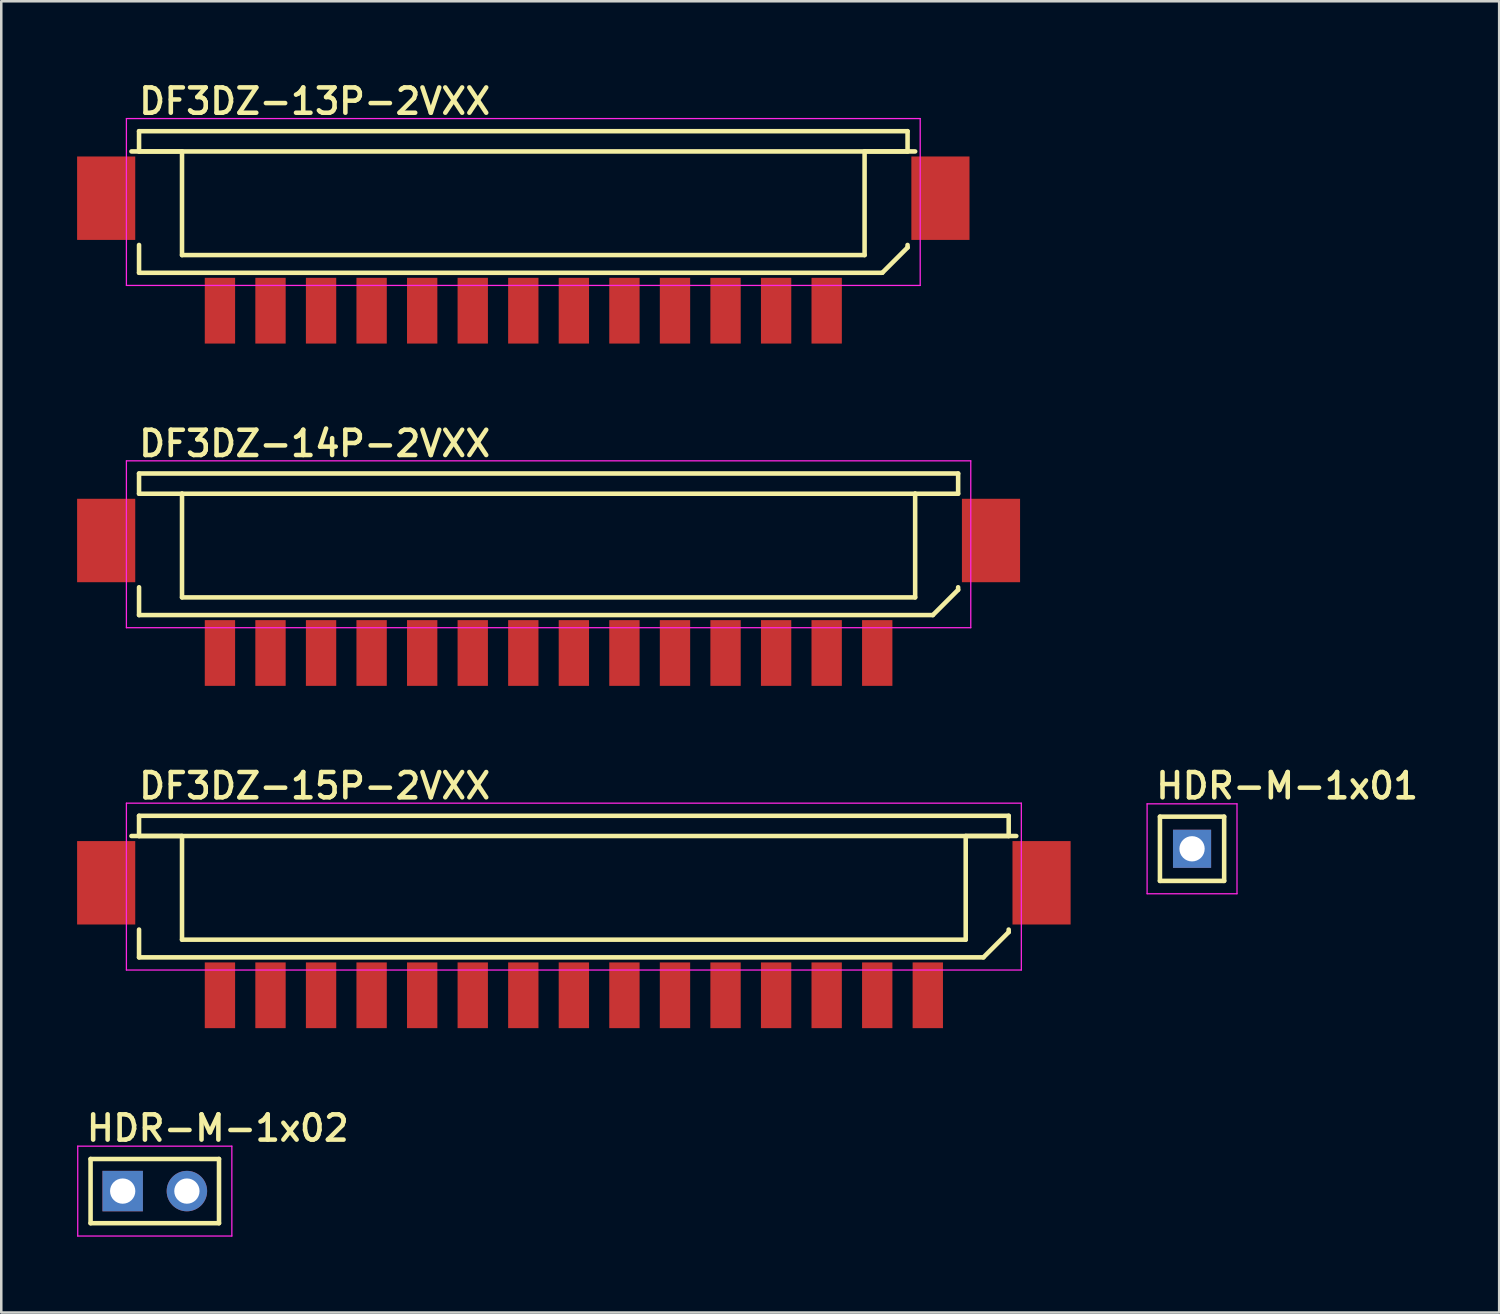
<source format=kicad_pcb>
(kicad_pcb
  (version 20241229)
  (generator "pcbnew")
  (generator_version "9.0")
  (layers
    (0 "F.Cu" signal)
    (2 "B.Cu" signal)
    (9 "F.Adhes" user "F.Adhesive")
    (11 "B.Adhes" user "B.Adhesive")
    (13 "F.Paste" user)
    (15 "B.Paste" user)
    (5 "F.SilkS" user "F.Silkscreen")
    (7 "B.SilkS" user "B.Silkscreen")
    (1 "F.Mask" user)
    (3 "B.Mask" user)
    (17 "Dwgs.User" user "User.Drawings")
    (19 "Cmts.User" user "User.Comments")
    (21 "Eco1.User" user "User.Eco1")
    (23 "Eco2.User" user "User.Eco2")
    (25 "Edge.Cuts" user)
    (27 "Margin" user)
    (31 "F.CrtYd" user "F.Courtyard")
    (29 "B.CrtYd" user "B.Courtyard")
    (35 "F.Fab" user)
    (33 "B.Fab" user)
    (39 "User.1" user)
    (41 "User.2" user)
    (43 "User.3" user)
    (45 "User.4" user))
  (footprint "DF3DZ-14P-2VXX"
    (layer "F.Cu")
    (at 18.65 22.78)
    (property "Reference" "DF3DZ-14P-2VXX" (at -16.3 -7.7 0) (layer "F.SilkS") (effects (font (size 1 1) (thickness 0.18)) (justify left bottom)))
    (attr through_hole)
    (fp_line (start -16.2 -7.1) (end -16.2 -6.3) (stroke (width 0.18) (type solid)) (layer "F.SilkS"))
    (fp_line (start -16.2 -7.1) (end 16.2 -7.1) (stroke (width 0.18) (type solid)) (layer "F.SilkS"))
    (fp_line (start -16.2 -1.5) (end -16.2 -2.6) (stroke (width 0.18) (type solid)) (layer "F.SilkS"))
    (fp_line (start -16.2 -1.5) (end 15.2 -1.5) (stroke (width 0.18) (type solid)) (layer "F.SilkS"))
    (fp_line (start -14.5 -6.3) (end -16.2 -6.3) (stroke (width 0.18) (type solid)) (layer "F.SilkS"))
    (fp_line (start -14.5 -6.3) (end -14.5 -2.2) (stroke (width 0.18) (type solid)) (layer "F.SilkS"))
    (fp_line (start -14.5 -6.3) (end 14.5 -6.3) (stroke (width 0.18) (type solid)) (layer "F.SilkS"))
    (fp_line (start -14.5 -2.2) (end 14.5 -2.2) (stroke (width 0.18) (type solid)) (layer "F.SilkS"))
    (fp_line (start 14.5 -6.3) (end 16.2 -6.3) (stroke (width 0.18) (type solid)) (layer "F.SilkS"))
    (fp_line (start 14.5 -2.2) (end 14.5 -6.3) (stroke (width 0.18) (type solid)) (layer "F.SilkS"))
    (fp_line (start 15.2 -1.5) (end 16.2 -2.5) (stroke (width 0.18) (type solid)) (layer "F.SilkS"))
    (fp_line (start 16.2 -7.1) (end 16.2 -6.3) (stroke (width 0.18) (type solid)) (layer "F.SilkS"))
    (fp_line (start 16.2 -2.5) (end 16.2 -2.6) (stroke (width 0.18) (type solid)) (layer "F.SilkS"))
    (fp_line (start -16.7 -7.6) (end 16.7 -7.6) (stroke (width 0.05) (type solid)) (layer "F.CrtYd"))
    (fp_line (start -16.7 -1) (end -16.7 -7.6) (stroke (width 0.05) (type solid)) (layer "F.CrtYd"))
    (fp_line (start 16.7 -7.6) (end 16.7 -1) (stroke (width 0.05) (type solid)) (layer "F.CrtYd"))
    (fp_line (start 16.7 -1) (end -16.7 -1) (stroke (width 0.05) (type solid)) (layer "F.CrtYd"))
    (pad "1" smd rect (at 13 0) (size 1.2 2.6) (layers "F.Cu" "F.Mask" "F.Paste"))
    (pad "2" smd rect (at 11 0) (size 1.2 2.6) (layers "F.Cu" "F.Mask" "F.Paste"))
    (pad "3" smd rect (at 9 0 180) (size 1.2 2.6) (layers "F.Cu" "F.Mask" "F.Paste"))
    (pad "4" smd rect (at 7 0 180) (size 1.2 2.6) (layers "F.Cu" "F.Mask" "F.Paste"))
    (pad "5" smd rect (at 5 0 180) (size 1.2 2.6) (layers "F.Cu" "F.Mask" "F.Paste"))
    (pad "6" smd rect (at 3 0 180) (size 1.2 2.6) (layers "F.Cu" "F.Mask" "F.Paste"))
    (pad "7" smd rect (at 1 0 180) (size 1.2 2.6) (layers "F.Cu" "F.Mask" "F.Paste"))
    (pad "8" smd rect (at -1 0 180) (size 1.2 2.6) (layers "F.Cu" "F.Mask" "F.Paste"))
    (pad "9" smd rect (at -3 0 180) (size 1.2 2.6) (layers "F.Cu" "F.Mask" "F.Paste"))
    (pad "10" smd rect (at -5 0 180) (size 1.2 2.6) (layers "F.Cu" "F.Mask" "F.Paste"))
    (pad "11" smd rect (at -7 0 180) (size 1.2 2.6) (layers "F.Cu" "F.Mask" "F.Paste"))
    (pad "12" smd rect (at -9 0 180) (size 1.2 2.6) (layers "F.Cu" "F.Mask" "F.Paste"))
    (pad "13" smd rect (at -11 0 180) (size 1.2 2.6) (layers "F.Cu" "F.Mask" "F.Paste"))
    (pad "14" smd rect (at -13 0 180) (size 1.2 2.6) (layers "F.Cu" "F.Mask" "F.Paste"))
    (pad "TAB" smd rect (at -17.5 -4.45) (size 2.3 3.3) (layers "F.Cu" "F.Mask" "F.Paste"))
    (pad "TAB" smd rect (at 17.5 -4.45) (size 2.3 3.3) (layers "F.Cu" "F.Mask" "F.Paste")))
  (footprint "HDR-M-1x01"
    (layer "F.Cu")
    (at 44.103 30.525)
    (property "Reference" "HDR-M-1x01" (at -1.524 -1.905 0) (layer "F.SilkS") (effects (font (size 1 1) (thickness 0.18)) (justify left bottom)))
    (attr through_hole)
    (fp_line (start -1.27 -1.27) (end 1.27 -1.27) (stroke (width 0.18) (type solid)) (layer "F.SilkS"))
    (fp_line (start -1.27 1.27) (end -1.27 -1.27) (stroke (width 0.18) (type solid)) (layer "F.SilkS"))
    (fp_line (start 1.27 -1.27) (end 1.27 1.27) (stroke (width 0.18) (type solid)) (layer "F.SilkS"))
    (fp_line (start 1.27 1.27) (end -1.27 1.27) (stroke (width 0.18) (type solid)) (layer "F.SilkS"))
    (fp_line (start -1.778 -1.778) (end 1.778 -1.778) (stroke (width 0.05) (type solid)) (layer "F.CrtYd"))
    (fp_line (start -1.778 1.778) (end -1.778 -1.778) (stroke (width 0.05) (type solid)) (layer "F.CrtYd"))
    (fp_line (start 1.778 -1.778) (end 1.778 1.778) (stroke (width 0.05) (type solid)) (layer "F.CrtYd"))
    (fp_line (start 1.778 1.778) (end -1.778 1.778) (stroke (width 0.05) (type solid)) (layer "F.CrtYd"))
    (pad "1" thru_hole rect (at 0 0) (size 1.508 1.508) (drill 1) (layers "*.Cu" "*.Mask")))
  (footprint "HDR-M-1x02"
    (layer "F.Cu")
    (at 3.073 44.065)
    (property "Reference" "HDR-M-1x02" (at -2.794 -1.905 0) (layer "F.SilkS") (effects (font (size 1 1) (thickness 0.18)) (justify left bottom)))
    (attr through_hole)
    (fp_line (start -2.54 -1.27) (end 2.54 -1.27) (stroke (width 0.18) (type solid)) (layer "F.SilkS"))
    (fp_line (start -2.54 1.27) (end -2.54 -1.27) (stroke (width 0.18) (type solid)) (layer "F.SilkS"))
    (fp_line (start 2.54 -1.27) (end 2.54 1.27) (stroke (width 0.18) (type solid)) (layer "F.SilkS"))
    (fp_line (start 2.54 1.27) (end -2.54 1.27) (stroke (width 0.18) (type solid)) (layer "F.SilkS"))
    (fp_line (start -3.048 -1.778) (end 3.048 -1.778) (stroke (width 0.05) (type solid)) (layer "F.CrtYd"))
    (fp_line (start -3.048 1.778) (end -3.048 -1.778) (stroke (width 0.05) (type solid)) (layer "F.CrtYd"))
    (fp_line (start 3.048 -1.778) (end 3.048 1.778) (stroke (width 0.05) (type solid)) (layer "F.CrtYd"))
    (fp_line (start 3.048 1.778) (end -3.048 1.778) (stroke (width 0.05) (type solid)) (layer "F.CrtYd"))
    (pad "1" thru_hole rect (at -1.27 0) (size 1.6 1.6) (drill 1) (layers "*.Cu" "*.Mask"))
    (pad "2" thru_hole circle (at 1.27 0) (size 1.6 1.6) (drill 1) (layers "*.Cu" "*.Mask")))
  (footprint "DF3DZ-15P-2VXX"
    (layer "F.Cu")
    (at 19.65 36.32)
    (property "Reference" "DF3DZ-15P-2VXX" (at -17.3 -7.7 0) (layer "F.SilkS") (effects (font (size 1 1) (thickness 0.18)) (justify left bottom)))
    (attr through_hole)
    (fp_line (start -17.5 -6.3) (end 17.5 -6.3) (stroke (width 0.18) (type solid)) (layer "F.SilkS"))
    (fp_line (start -17.2 -7.1) (end -17.2 -6.3) (stroke (width 0.18) (type solid)) (layer "F.SilkS"))
    (fp_line (start -17.2 -7.1) (end 17.2 -7.1) (stroke (width 0.18) (type solid)) (layer "F.SilkS"))
    (fp_line (start -17.2 -1.5) (end -17.2 -2.6) (stroke (width 0.18) (type solid)) (layer "F.SilkS"))
    (fp_line (start -17.2 -1.5) (end 16.2 -1.5) (stroke (width 0.18) (type solid)) (layer "F.SilkS"))
    (fp_line (start -15.5 -6.3) (end -17.2 -6.3) (stroke (width 0.18) (type solid)) (layer "F.SilkS"))
    (fp_line (start -15.5 -6.3) (end -15.5 -2.2) (stroke (width 0.18) (type solid)) (layer "F.SilkS"))
    (fp_line (start -15.5 -2.2) (end 15.5 -2.2) (stroke (width 0.18) (type solid)) (layer "F.SilkS"))
    (fp_line (start 15.5 -6.3) (end 17.2 -6.3) (stroke (width 0.18) (type solid)) (layer "F.SilkS"))
    (fp_line (start 15.5 -2.2) (end 15.5 -6.3) (stroke (width 0.18) (type solid)) (layer "F.SilkS"))
    (fp_line (start 16.2 -1.5) (end 17.2 -2.5) (stroke (width 0.18) (type solid)) (layer "F.SilkS"))
    (fp_line (start 17.2 -7.1) (end 17.2 -6.3) (stroke (width 0.18) (type solid)) (layer "F.SilkS"))
    (fp_line (start 17.2 -2.5) (end 17.2 -2.6) (stroke (width 0.18) (type solid)) (layer "F.SilkS"))
    (fp_line (start -17.7 -7.6) (end 17.7 -7.6) (stroke (width 0.05) (type solid)) (layer "F.CrtYd"))
    (fp_line (start -17.7 -1) (end -17.7 -7.6) (stroke (width 0.05) (type solid)) (layer "F.CrtYd"))
    (fp_line (start 17.7 -7.6) (end 17.7 -1) (stroke (width 0.05) (type solid)) (layer "F.CrtYd"))
    (fp_line (start 17.7 -1) (end -17.7 -1) (stroke (width 0.05) (type solid)) (layer "F.CrtYd"))
    (pad "1" smd rect (at 14 0) (size 1.2 2.6) (layers "F.Cu" "F.Mask" "F.Paste"))
    (pad "2" smd rect (at 12 0) (size 1.2 2.6) (layers "F.Cu" "F.Mask" "F.Paste"))
    (pad "3" smd rect (at 10 0) (size 1.2 2.6) (layers "F.Cu" "F.Mask" "F.Paste"))
    (pad "4" smd rect (at 8 0) (size 1.2 2.6) (layers "F.Cu" "F.Mask" "F.Paste"))
    (pad "5" smd rect (at 6 0) (size 1.2 2.6) (layers "F.Cu" "F.Mask" "F.Paste"))
    (pad "6" smd rect (at 4 0) (size 1.2 2.6) (layers "F.Cu" "F.Mask" "F.Paste"))
    (pad "7" smd rect (at 2 0) (size 1.2 2.6) (layers "F.Cu" "F.Mask" "F.Paste"))
    (pad "8" smd rect (at 0 0) (size 1.2 2.6) (layers "F.Cu" "F.Mask" "F.Paste"))
    (pad "9" smd rect (at -2 0) (size 1.2 2.6) (layers "F.Cu" "F.Mask" "F.Paste"))
    (pad "10" smd rect (at -4 0) (size 1.2 2.6) (layers "F.Cu" "F.Mask" "F.Paste"))
    (pad "11" smd rect (at -6 0) (size 1.2 2.6) (layers "F.Cu" "F.Mask" "F.Paste"))
    (pad "12" smd rect (at -8 0) (size 1.2 2.6) (layers "F.Cu" "F.Mask" "F.Paste"))
    (pad "13" smd rect (at -10 0) (size 1.2 2.6) (layers "F.Cu" "F.Mask" "F.Paste"))
    (pad "14" smd rect (at -12 0) (size 1.2 2.6) (layers "F.Cu" "F.Mask" "F.Paste"))
    (pad "15" smd rect (at -14 0) (size 1.2 2.6) (layers "F.Cu" "F.Mask" "F.Paste"))
    (pad "TAB" smd rect (at -18.5 -4.45) (size 2.3 3.3) (layers "F.Cu" "F.Mask" "F.Paste"))
    (pad "TAB" smd rect (at 18.5 -4.45) (size 2.3 3.3) (layers "F.Cu" "F.Mask" "F.Paste")))
  (footprint "DF3DZ-13P-2VXX"
    (layer "F.Cu")
    (at 17.65 9.24)
    (property "Reference" "DF3DZ-13P-2VXX" (at -15.3 -7.7 0) (layer "F.SilkS") (effects (font (size 1 1) (thickness 0.18)) (justify left bottom)))
    (attr through_hole)
    (fp_line (start -15.5 -6.3) (end 15.5 -6.3) (stroke (width 0.18) (type solid)) (layer "F.SilkS"))
    (fp_line (start -15.2 -7.1) (end -15.2 -6.3) (stroke (width 0.18) (type solid)) (layer "F.SilkS"))
    (fp_line (start -15.2 -7.1) (end 15.2 -7.1) (stroke (width 0.18) (type solid)) (layer "F.SilkS"))
    (fp_line (start -15.2 -1.5) (end -15.2 -2.6) (stroke (width 0.18) (type solid)) (layer "F.SilkS"))
    (fp_line (start -15.2 -1.5) (end 14.2 -1.5) (stroke (width 0.18) (type solid)) (layer "F.SilkS"))
    (fp_line (start -13.5 -6.3) (end -15.2 -6.3) (stroke (width 0.18) (type solid)) (layer "F.SilkS"))
    (fp_line (start -13.5 -6.3) (end -13.5 -2.2) (stroke (width 0.18) (type solid)) (layer "F.SilkS"))
    (fp_line (start -13.5 -2.2) (end 13.5 -2.2) (stroke (width 0.18) (type solid)) (layer "F.SilkS"))
    (fp_line (start 13.5 -6.3) (end 15.2 -6.3) (stroke (width 0.18) (type solid)) (layer "F.SilkS"))
    (fp_line (start 13.5 -2.2) (end 13.5 -6.3) (stroke (width 0.18) (type solid)) (layer "F.SilkS"))
    (fp_line (start 14.2 -1.5) (end 15.2 -2.5) (stroke (width 0.18) (type solid)) (layer "F.SilkS"))
    (fp_line (start 15.2 -7.1) (end 15.2 -6.3) (stroke (width 0.18) (type solid)) (layer "F.SilkS"))
    (fp_line (start 15.2 -2.5) (end 15.2 -2.6) (stroke (width 0.18) (type solid)) (layer "F.SilkS"))
    (fp_line (start -15.7 -7.6) (end 15.7 -7.6) (stroke (width 0.05) (type solid)) (layer "F.CrtYd"))
    (fp_line (start -15.7 -1) (end -15.7 -7.6) (stroke (width 0.05) (type solid)) (layer "F.CrtYd"))
    (fp_line (start 15.7 -7.6) (end 15.7 -1) (stroke (width 0.05) (type solid)) (layer "F.CrtYd"))
    (fp_line (start 15.7 -1) (end -15.7 -1) (stroke (width 0.05) (type solid)) (layer "F.CrtYd"))
    (pad "1" smd rect (at 12 0) (size 1.2 2.6) (layers "F.Cu" "F.Mask" "F.Paste"))
    (pad "2" smd rect (at 10 0) (size 1.2 2.6) (layers "F.Cu" "F.Mask" "F.Paste"))
    (pad "3" smd rect (at 8 0) (size 1.2 2.6) (layers "F.Cu" "F.Mask" "F.Paste"))
    (pad "4" smd rect (at 6 0) (size 1.2 2.6) (layers "F.Cu" "F.Mask" "F.Paste"))
    (pad "5" smd rect (at 4 0) (size 1.2 2.6) (layers "F.Cu" "F.Mask" "F.Paste"))
    (pad "6" smd rect (at 2 0) (size 1.2 2.6) (layers "F.Cu" "F.Mask" "F.Paste"))
    (pad "7" smd rect (at 0 0) (size 1.2 2.6) (layers "F.Cu" "F.Mask" "F.Paste"))
    (pad "8" smd rect (at -2 0) (size 1.2 2.6) (layers "F.Cu" "F.Mask" "F.Paste"))
    (pad "9" smd rect (at -4 0) (size 1.2 2.6) (layers "F.Cu" "F.Mask" "F.Paste"))
    (pad "10" smd rect (at -6 0) (size 1.2 2.6) (layers "F.Cu" "F.Mask" "F.Paste"))
    (pad "11" smd rect (at -8 0) (size 1.2 2.6) (layers "F.Cu" "F.Mask" "F.Paste"))
    (pad "12" smd rect (at -10 0) (size 1.2 2.6) (layers "F.Cu" "F.Mask" "F.Paste"))
    (pad "13" smd rect (at -12 0) (size 1.2 2.6) (layers "F.Cu" "F.Mask" "F.Paste"))
    (pad "TAB" smd rect (at -16.5 -4.45) (size 2.3 3.3) (layers "F.Cu" "F.Mask" "F.Paste"))
    (pad "TAB" smd rect (at 16.5 -4.45) (size 2.3 3.3) (layers "F.Cu" "F.Mask" "F.Paste")))
  (gr_rect
    (start -3 -3)
    (end 56.252 48.868)
    (stroke (width 0.1) (type default))
    (fill no)
    (layer "Edge.Cuts")))
</source>
